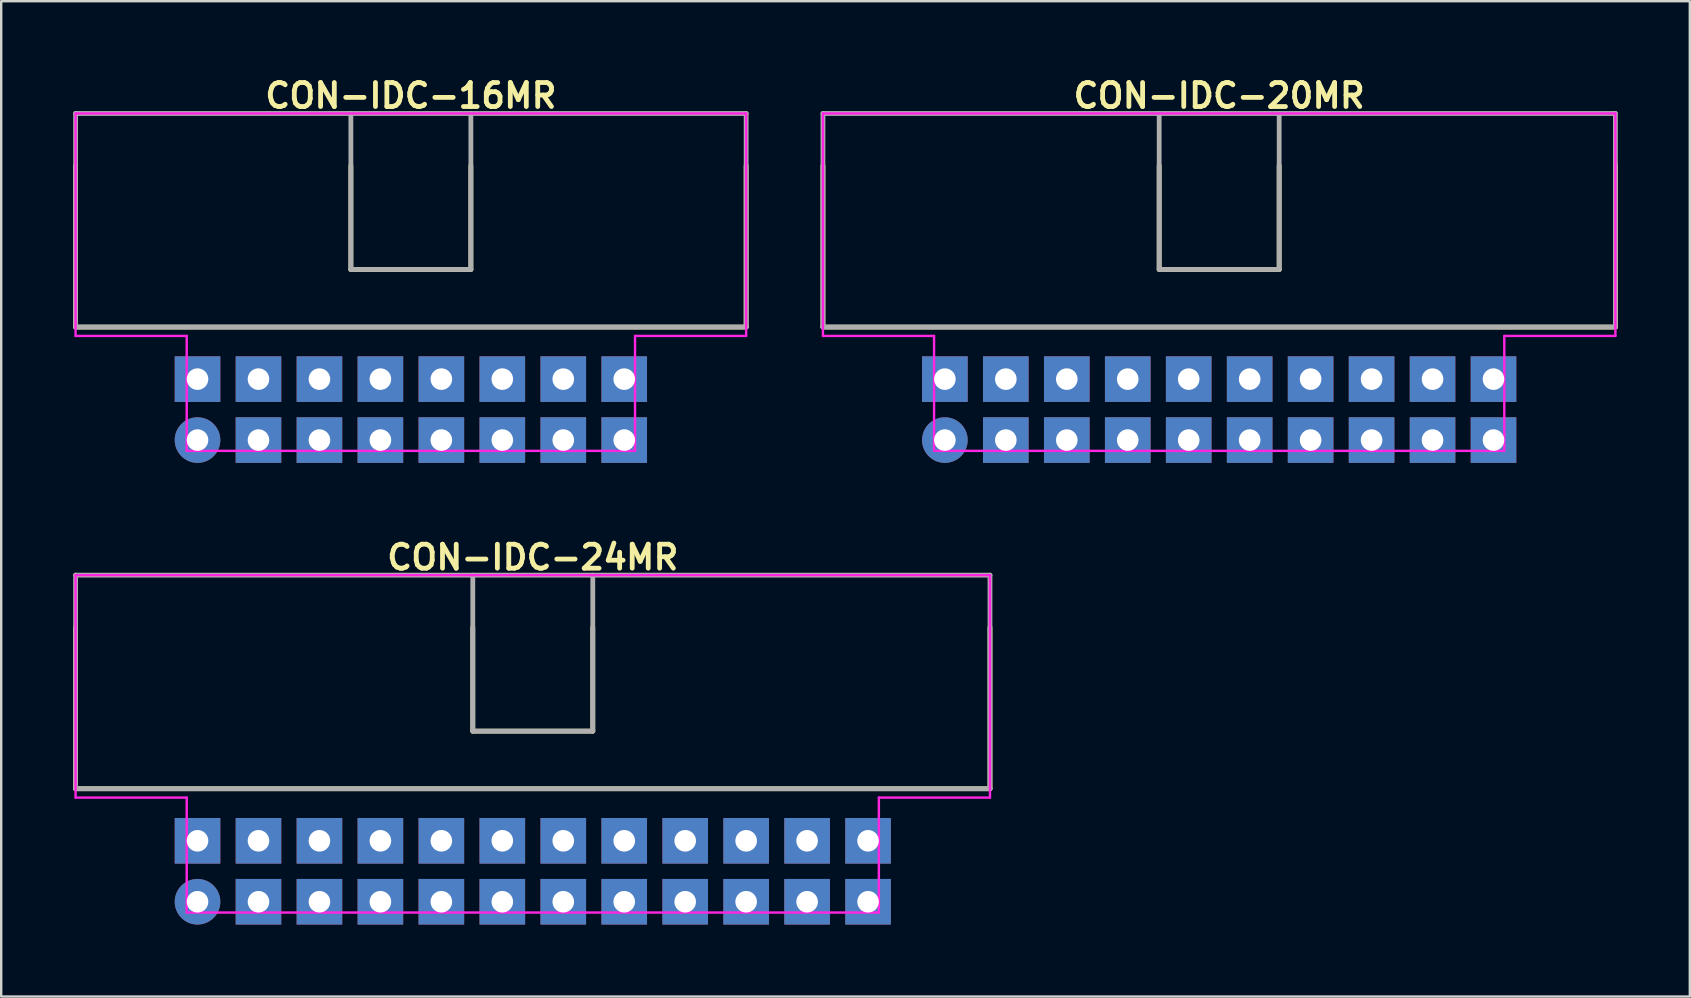
<source format=kicad_pcb>
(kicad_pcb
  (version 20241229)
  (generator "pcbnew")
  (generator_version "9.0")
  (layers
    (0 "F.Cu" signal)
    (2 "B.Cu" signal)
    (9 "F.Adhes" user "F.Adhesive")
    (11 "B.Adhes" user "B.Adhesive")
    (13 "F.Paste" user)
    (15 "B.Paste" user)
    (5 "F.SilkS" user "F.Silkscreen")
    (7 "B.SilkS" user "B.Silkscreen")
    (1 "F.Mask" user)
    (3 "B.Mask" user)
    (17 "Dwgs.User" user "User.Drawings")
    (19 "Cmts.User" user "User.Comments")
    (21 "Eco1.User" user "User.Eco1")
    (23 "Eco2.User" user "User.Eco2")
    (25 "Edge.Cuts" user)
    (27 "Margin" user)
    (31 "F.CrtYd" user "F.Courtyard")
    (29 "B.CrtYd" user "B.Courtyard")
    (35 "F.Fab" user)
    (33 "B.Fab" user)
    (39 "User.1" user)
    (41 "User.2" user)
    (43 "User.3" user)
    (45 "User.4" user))
  (footprint "CON-IDC-20MR"
    (layer "F.Cu")
    (at 47.75 14.017)
    (property "Reference" "CON-IDC-20MR" (at 0 -13.081 0) (layer "F.SilkS") (effects (font (size 1 1) (thickness 0.2))))
    (attr through_hole)
    (fp_line (start -16.51 -10.16) (end -16.51 -3.44) (stroke (width 0.2) (type solid)) (layer "F.SilkS"))
    (fp_line (start -16.51 -3.44) (end 16.51 -3.44) (stroke (width 0.2) (type solid)) (layer "F.SilkS"))
    (fp_line (start -2.5 -10.16) (end -2.5 -5.84) (stroke (width 0.2) (type solid)) (layer "F.SilkS"))
    (fp_line (start -2.5 -5.84) (end 2.5 -5.84) (stroke (width 0.2) (type solid)) (layer "F.SilkS"))
    (fp_line (start 2.5 -10.16) (end 2.5 -5.84) (stroke (width 0.2) (type solid)) (layer "F.SilkS"))
    (fp_line (start 16.51 -10.16) (end 16.51 -3.44) (stroke (width 0.2) (type solid)) (layer "F.SilkS"))
    (fp_line (start -16.51 -12.34) (end -16.51 -3.07) (stroke (width 0.1) (type solid)) (layer "F.CrtYd"))
    (fp_line (start -16.51 -12.34) (end 16.51 -12.34) (stroke (width 0.1) (type solid)) (layer "F.CrtYd"))
    (fp_line (start -16.51 -3.07) (end -11.88 -3.07) (stroke (width 0.1) (type solid)) (layer "F.CrtYd"))
    (fp_line (start -11.88 -3.07) (end -11.88 1.72) (stroke (width 0.1) (type solid)) (layer "F.CrtYd"))
    (fp_line (start -11.88 1.72) (end 11.88 1.72) (stroke (width 0.1) (type solid)) (layer "F.CrtYd"))
    (fp_line (start 11.88 -3.07) (end 11.88 1.72) (stroke (width 0.1) (type solid)) (layer "F.CrtYd"))
    (fp_line (start 11.88 -3.07) (end 16.51 -3.07) (stroke (width 0.1) (type solid)) (layer "F.CrtYd"))
    (fp_line (start 16.51 -12.34) (end 16.51 -3.07) (stroke (width 0.1) (type solid)) (layer "F.CrtYd"))
    (fp_line (start -16.51 -12.34) (end -16.51 -3.44) (stroke (width 0.2) (type solid)) (layer "F.Fab"))
    (fp_line (start -16.51 -12.34) (end 16.51 -12.34) (stroke (width 0.2) (type solid)) (layer "F.Fab"))
    (fp_line (start -16.51 -3.44) (end 16.51 -3.44) (stroke (width 0.2) (type solid)) (layer "F.Fab"))
    (fp_line (start -2.5 -12.34) (end -2.5 -5.84) (stroke (width 0.2) (type solid)) (layer "F.Fab"))
    (fp_line (start -2.5 -5.84) (end 2.5 -5.84) (stroke (width 0.2) (type solid)) (layer "F.Fab"))
    (fp_line (start 2.5 -12.34) (end 2.5 -5.84) (stroke (width 0.2) (type solid)) (layer "F.Fab"))
    (fp_line (start 16.51 -12.34) (end 16.51 -3.44) (stroke (width 0.2) (type solid)) (layer "F.Fab"))
    (pad "1" thru_hole circle (at -11.43 1.27) (size 1.9 1.9) (drill 0.9) (layers "B.Cu" "B.Mask"))
    (pad "2" thru_hole rect (at -11.43 -1.27) (size 1.9 1.9) (drill 0.9) (layers "B.Cu" "B.Mask"))
    (pad "3" thru_hole rect (at -8.89 1.27) (size 1.9 1.9) (drill 0.9) (layers "B.Cu" "B.Mask"))
    (pad "4" thru_hole rect (at -8.89 -1.27) (size 1.9 1.9) (drill 0.9) (layers "B.Cu" "B.Mask"))
    (pad "5" thru_hole rect (at -6.35 1.27) (size 1.9 1.9) (drill 0.9) (layers "B.Cu" "B.Mask"))
    (pad "6" thru_hole rect (at -6.35 -1.27) (size 1.9 1.9) (drill 0.9) (layers "B.Cu" "B.Mask"))
    (pad "7" thru_hole rect (at -3.81 1.27) (size 1.9 1.9) (drill 0.9) (layers "B.Cu" "B.Mask"))
    (pad "8" thru_hole rect (at -3.81 -1.27) (size 1.9 1.9) (drill 0.9) (layers "B.Cu" "B.Mask"))
    (pad "9" thru_hole rect (at -1.27 1.27) (size 1.9 1.9) (drill 0.9) (layers "B.Cu" "B.Mask"))
    (pad "10" thru_hole rect (at -1.27 -1.27) (size 1.9 1.9) (drill 0.9) (layers "B.Cu" "B.Mask"))
    (pad "11" thru_hole rect (at 1.27 1.27) (size 1.9 1.9) (drill 0.9) (layers "B.Cu" "B.Mask"))
    (pad "12" thru_hole rect (at 1.27 -1.27) (size 1.9 1.9) (drill 0.9) (layers "B.Cu" "B.Mask"))
    (pad "13" thru_hole rect (at 3.81 1.27) (size 1.9 1.9) (drill 0.9) (layers "B.Cu" "B.Mask"))
    (pad "14" thru_hole rect (at 3.81 -1.27) (size 1.9 1.9) (drill 0.9) (layers "B.Cu" "B.Mask"))
    (pad "15" thru_hole rect (at 6.35 1.27) (size 1.9 1.9) (drill 0.9) (layers "B.Cu" "B.Mask"))
    (pad "16" thru_hole rect (at 6.35 -1.27) (size 1.9 1.9) (drill 0.9) (layers "B.Cu" "B.Mask"))
    (pad "17" thru_hole rect (at 8.89 1.27) (size 1.9 1.9) (drill 0.9) (layers "B.Cu" "B.Mask"))
    (pad "18" thru_hole rect (at 8.89 -1.27) (size 1.9 1.9) (drill 0.9) (layers "B.Cu" "B.Mask"))
    (pad "19" thru_hole rect (at 11.43 1.27) (size 1.9 1.9) (drill 0.9) (layers "B.Cu" "B.Mask"))
    (pad "20" thru_hole rect (at 11.43 -1.27) (size 1.9 1.9) (drill 0.9) (layers "B.Cu" "B.Mask")))
  (footprint "CON-IDC-16MR"
    (layer "F.Cu")
    (at 14.07 14.017)
    (property "Reference" "CON-IDC-16MR" (at 0 -13.081 0) (layer "F.SilkS") (effects (font (size 1 1) (thickness 0.2))))
    (attr through_hole)
    (fp_line (start -13.97 -10.16) (end -13.97 -3.44) (stroke (width 0.2) (type solid)) (layer "F.SilkS"))
    (fp_line (start -13.97 -3.44) (end 13.97 -3.44) (stroke (width 0.2) (type solid)) (layer "F.SilkS"))
    (fp_line (start -2.5 -10.16) (end -2.5 -5.84) (stroke (width 0.2) (type solid)) (layer "F.SilkS"))
    (fp_line (start -2.5 -5.84) (end 2.5 -5.84) (stroke (width 0.2) (type solid)) (layer "F.SilkS"))
    (fp_line (start 2.5 -10.16) (end 2.5 -5.84) (stroke (width 0.2) (type solid)) (layer "F.SilkS"))
    (fp_line (start 13.97 -10.16) (end 13.97 -3.44) (stroke (width 0.2) (type solid)) (layer "F.SilkS"))
    (fp_line (start -13.97 -12.34) (end -13.97 -3.07) (stroke (width 0.1) (type solid)) (layer "F.CrtYd"))
    (fp_line (start -13.97 -12.34) (end 13.97 -12.34) (stroke (width 0.1) (type solid)) (layer "F.CrtYd"))
    (fp_line (start -13.97 -3.07) (end -9.34 -3.07) (stroke (width 0.1) (type solid)) (layer "F.CrtYd"))
    (fp_line (start -9.34 -3.07) (end -9.34 1.72) (stroke (width 0.1) (type solid)) (layer "F.CrtYd"))
    (fp_line (start -9.34 1.72) (end 9.34 1.72) (stroke (width 0.1) (type solid)) (layer "F.CrtYd"))
    (fp_line (start 9.34 -3.07) (end 9.34 1.72) (stroke (width 0.1) (type solid)) (layer "F.CrtYd"))
    (fp_line (start 9.34 -3.07) (end 13.97 -3.07) (stroke (width 0.1) (type solid)) (layer "F.CrtYd"))
    (fp_line (start 13.97 -12.34) (end 13.97 -3.07) (stroke (width 0.1) (type solid)) (layer "F.CrtYd"))
    (fp_line (start -13.97 -12.34) (end -13.97 -3.44) (stroke (width 0.2) (type solid)) (layer "F.Fab"))
    (fp_line (start -13.97 -12.34) (end 13.97 -12.34) (stroke (width 0.2) (type solid)) (layer "F.Fab"))
    (fp_line (start -13.97 -3.44) (end 13.97 -3.44) (stroke (width 0.2) (type solid)) (layer "F.Fab"))
    (fp_line (start -2.5 -12.34) (end -2.5 -5.84) (stroke (width 0.2) (type solid)) (layer "F.Fab"))
    (fp_line (start -2.5 -5.84) (end 2.5 -5.84) (stroke (width 0.2) (type solid)) (layer "F.Fab"))
    (fp_line (start 2.5 -12.34) (end 2.5 -5.84) (stroke (width 0.2) (type solid)) (layer "F.Fab"))
    (fp_line (start 13.97 -12.34) (end 13.97 -3.44) (stroke (width 0.2) (type solid)) (layer "F.Fab"))
    (pad "1" thru_hole circle (at -8.89 1.27) (size 1.9 1.9) (drill 0.9) (layers "B.Cu" "B.Mask"))
    (pad "2" thru_hole rect (at -8.89 -1.27) (size 1.9 1.9) (drill 0.9) (layers "B.Cu" "B.Mask"))
    (pad "3" thru_hole rect (at -6.35 1.27) (size 1.9 1.9) (drill 0.9) (layers "B.Cu" "B.Mask"))
    (pad "4" thru_hole rect (at -6.35 -1.27) (size 1.9 1.9) (drill 0.9) (layers "B.Cu" "B.Mask"))
    (pad "5" thru_hole rect (at -3.81 1.27) (size 1.9 1.9) (drill 0.9) (layers "B.Cu" "B.Mask"))
    (pad "6" thru_hole rect (at -3.81 -1.27) (size 1.9 1.9) (drill 0.9) (layers "B.Cu" "B.Mask"))
    (pad "7" thru_hole rect (at -1.27 1.27) (size 1.9 1.9) (drill 0.9) (layers "B.Cu" "B.Mask"))
    (pad "8" thru_hole rect (at -1.27 -1.27) (size 1.9 1.9) (drill 0.9) (layers "B.Cu" "B.Mask"))
    (pad "9" thru_hole rect (at 1.27 1.27) (size 1.9 1.9) (drill 0.9) (layers "B.Cu" "B.Mask"))
    (pad "10" thru_hole rect (at 1.27 -1.27) (size 1.9 1.9) (drill 0.9) (layers "B.Cu" "B.Mask"))
    (pad "11" thru_hole rect (at 3.81 1.27) (size 1.9 1.9) (drill 0.9) (layers "B.Cu" "B.Mask"))
    (pad "12" thru_hole rect (at 3.81 -1.27) (size 1.9 1.9) (drill 0.9) (layers "B.Cu" "B.Mask"))
    (pad "13" thru_hole rect (at 6.35 1.27) (size 1.9 1.9) (drill 0.9) (layers "B.Cu" "B.Mask"))
    (pad "14" thru_hole rect (at 6.35 -1.27) (size 1.9 1.9) (drill 0.9) (layers "B.Cu" "B.Mask"))
    (pad "15" thru_hole rect (at 8.89 1.27) (size 1.9 1.9) (drill 0.9) (layers "B.Cu" "B.Mask"))
    (pad "16" thru_hole rect (at 8.89 -1.27) (size 1.9 1.9) (drill 0.9) (layers "B.Cu" "B.Mask")))
  (footprint "CON-IDC-24MR"
    (layer "F.Cu")
    (at 19.15 33.254)
    (property "Reference" "CON-IDC-24MR" (at 0 -13.081 0) (layer "F.SilkS") (effects (font (size 1 1) (thickness 0.2))))
    (attr through_hole)
    (fp_line (start -19.05 -10.16) (end -19.05 -3.44) (stroke (width 0.2) (type solid)) (layer "F.SilkS"))
    (fp_line (start -19.05 -3.44) (end 19.05 -3.44) (stroke (width 0.2) (type solid)) (layer "F.SilkS"))
    (fp_line (start -2.5 -10.16) (end -2.5 -5.84) (stroke (width 0.2) (type solid)) (layer "F.SilkS"))
    (fp_line (start -2.5 -5.84) (end 2.5 -5.84) (stroke (width 0.2) (type solid)) (layer "F.SilkS"))
    (fp_line (start 2.5 -10.16) (end 2.5 -5.84) (stroke (width 0.2) (type solid)) (layer "F.SilkS"))
    (fp_line (start 19.05 -10.16) (end 19.05 -3.44) (stroke (width 0.2) (type solid)) (layer "F.SilkS"))
    (fp_line (start -19.05 -12.34) (end -19.05 -3.07) (stroke (width 0.1) (type solid)) (layer "F.CrtYd"))
    (fp_line (start -19.05 -12.34) (end 19.05 -12.34) (stroke (width 0.1) (type solid)) (layer "F.CrtYd"))
    (fp_line (start -19.05 -3.07) (end -14.42 -3.07) (stroke (width 0.1) (type solid)) (layer "F.CrtYd"))
    (fp_line (start -14.42 -3.07) (end -14.42 1.72) (stroke (width 0.1) (type solid)) (layer "F.CrtYd"))
    (fp_line (start -14.42 1.72) (end 14.42 1.72) (stroke (width 0.1) (type solid)) (layer "F.CrtYd"))
    (fp_line (start 14.42 -3.07) (end 14.42 1.72) (stroke (width 0.1) (type solid)) (layer "F.CrtYd"))
    (fp_line (start 14.42 -3.07) (end 19.05 -3.07) (stroke (width 0.1) (type solid)) (layer "F.CrtYd"))
    (fp_line (start 19.05 -12.34) (end 19.05 -3.07) (stroke (width 0.1) (type solid)) (layer "F.CrtYd"))
    (fp_line (start -19.05 -12.34) (end -19.05 -3.44) (stroke (width 0.2) (type solid)) (layer "F.Fab"))
    (fp_line (start -19.05 -12.34) (end 19.05 -12.34) (stroke (width 0.2) (type solid)) (layer "F.Fab"))
    (fp_line (start -19.05 -3.44) (end 19.05 -3.44) (stroke (width 0.2) (type solid)) (layer "F.Fab"))
    (fp_line (start -2.5 -12.34) (end -2.5 -5.84) (stroke (width 0.2) (type solid)) (layer "F.Fab"))
    (fp_line (start -2.5 -5.84) (end 2.5 -5.84) (stroke (width 0.2) (type solid)) (layer "F.Fab"))
    (fp_line (start 2.5 -12.34) (end 2.5 -5.84) (stroke (width 0.2) (type solid)) (layer "F.Fab"))
    (fp_line (start 19.05 -12.34) (end 19.05 -3.44) (stroke (width 0.2) (type solid)) (layer "F.Fab"))
    (pad "1" thru_hole circle (at -13.97 1.27) (size 1.9 1.9) (drill 0.9) (layers "B.Cu" "B.Mask"))
    (pad "2" thru_hole rect (at -13.97 -1.27) (size 1.9 1.9) (drill 0.9) (layers "B.Cu" "B.Mask"))
    (pad "3" thru_hole rect (at -11.43 1.27) (size 1.9 1.9) (drill 0.9) (layers "B.Cu" "B.Mask"))
    (pad "4" thru_hole rect (at -11.43 -1.27) (size 1.9 1.9) (drill 0.9) (layers "B.Cu" "B.Mask"))
    (pad "5" thru_hole rect (at -8.89 1.27) (size 1.9 1.9) (drill 0.9) (layers "B.Cu" "B.Mask"))
    (pad "6" thru_hole rect (at -8.89 -1.27) (size 1.9 1.9) (drill 0.9) (layers "B.Cu" "B.Mask"))
    (pad "7" thru_hole rect (at -6.35 1.27) (size 1.9 1.9) (drill 0.9) (layers "B.Cu" "B.Mask"))
    (pad "8" thru_hole rect (at -6.35 -1.27) (size 1.9 1.9) (drill 0.9) (layers "B.Cu" "B.Mask"))
    (pad "9" thru_hole rect (at -3.81 1.27) (size 1.9 1.9) (drill 0.9) (layers "B.Cu" "B.Mask"))
    (pad "10" thru_hole rect (at -3.81 -1.27) (size 1.9 1.9) (drill 0.9) (layers "B.Cu" "B.Mask"))
    (pad "11" thru_hole rect (at -1.27 1.27) (size 1.9 1.9) (drill 0.9) (layers "B.Cu" "B.Mask"))
    (pad "12" thru_hole rect (at -1.27 -1.27) (size 1.9 1.9) (drill 0.9) (layers "B.Cu" "B.Mask"))
    (pad "13" thru_hole rect (at 1.27 1.27) (size 1.9 1.9) (drill 0.9) (layers "B.Cu" "B.Mask"))
    (pad "14" thru_hole rect (at 1.27 -1.27) (size 1.9 1.9) (drill 0.9) (layers "B.Cu" "B.Mask"))
    (pad "15" thru_hole rect (at 3.81 1.27) (size 1.9 1.9) (drill 0.9) (layers "B.Cu" "B.Mask"))
    (pad "16" thru_hole rect (at 3.81 -1.27) (size 1.9 1.9) (drill 0.9) (layers "B.Cu" "B.Mask"))
    (pad "17" thru_hole rect (at 6.35 1.27) (size 1.9 1.9) (drill 0.9) (layers "B.Cu" "B.Mask"))
    (pad "18" thru_hole rect (at 6.35 -1.27) (size 1.9 1.9) (drill 0.9) (layers "B.Cu" "B.Mask"))
    (pad "19" thru_hole rect (at 8.89 1.27) (size 1.9 1.9) (drill 0.9) (layers "B.Cu" "B.Mask"))
    (pad "20" thru_hole rect (at 8.89 -1.27) (size 1.9 1.9) (drill 0.9) (layers "B.Cu" "B.Mask"))
    (pad "21" thru_hole rect (at 11.43 1.27) (size 1.9 1.9) (drill 0.9) (layers "B.Cu" "B.Mask"))
    (pad "22" thru_hole rect (at 11.43 -1.27) (size 1.9 1.9) (drill 0.9) (layers "B.Cu" "B.Mask"))
    (pad "23" thru_hole rect (at 13.97 1.27) (size 1.9 1.9) (drill 0.9) (layers "B.Cu" "B.Mask"))
    (pad "24" thru_hole rect (at 13.97 -1.27) (size 1.9 1.9) (drill 0.9) (layers "B.Cu" "B.Mask")))
  (gr_rect
    (start -3 -3)
    (end 67.36 38.474)
    (stroke (width 0.1) (type default))
    (fill no)
    (layer "Edge.Cuts")))
</source>
